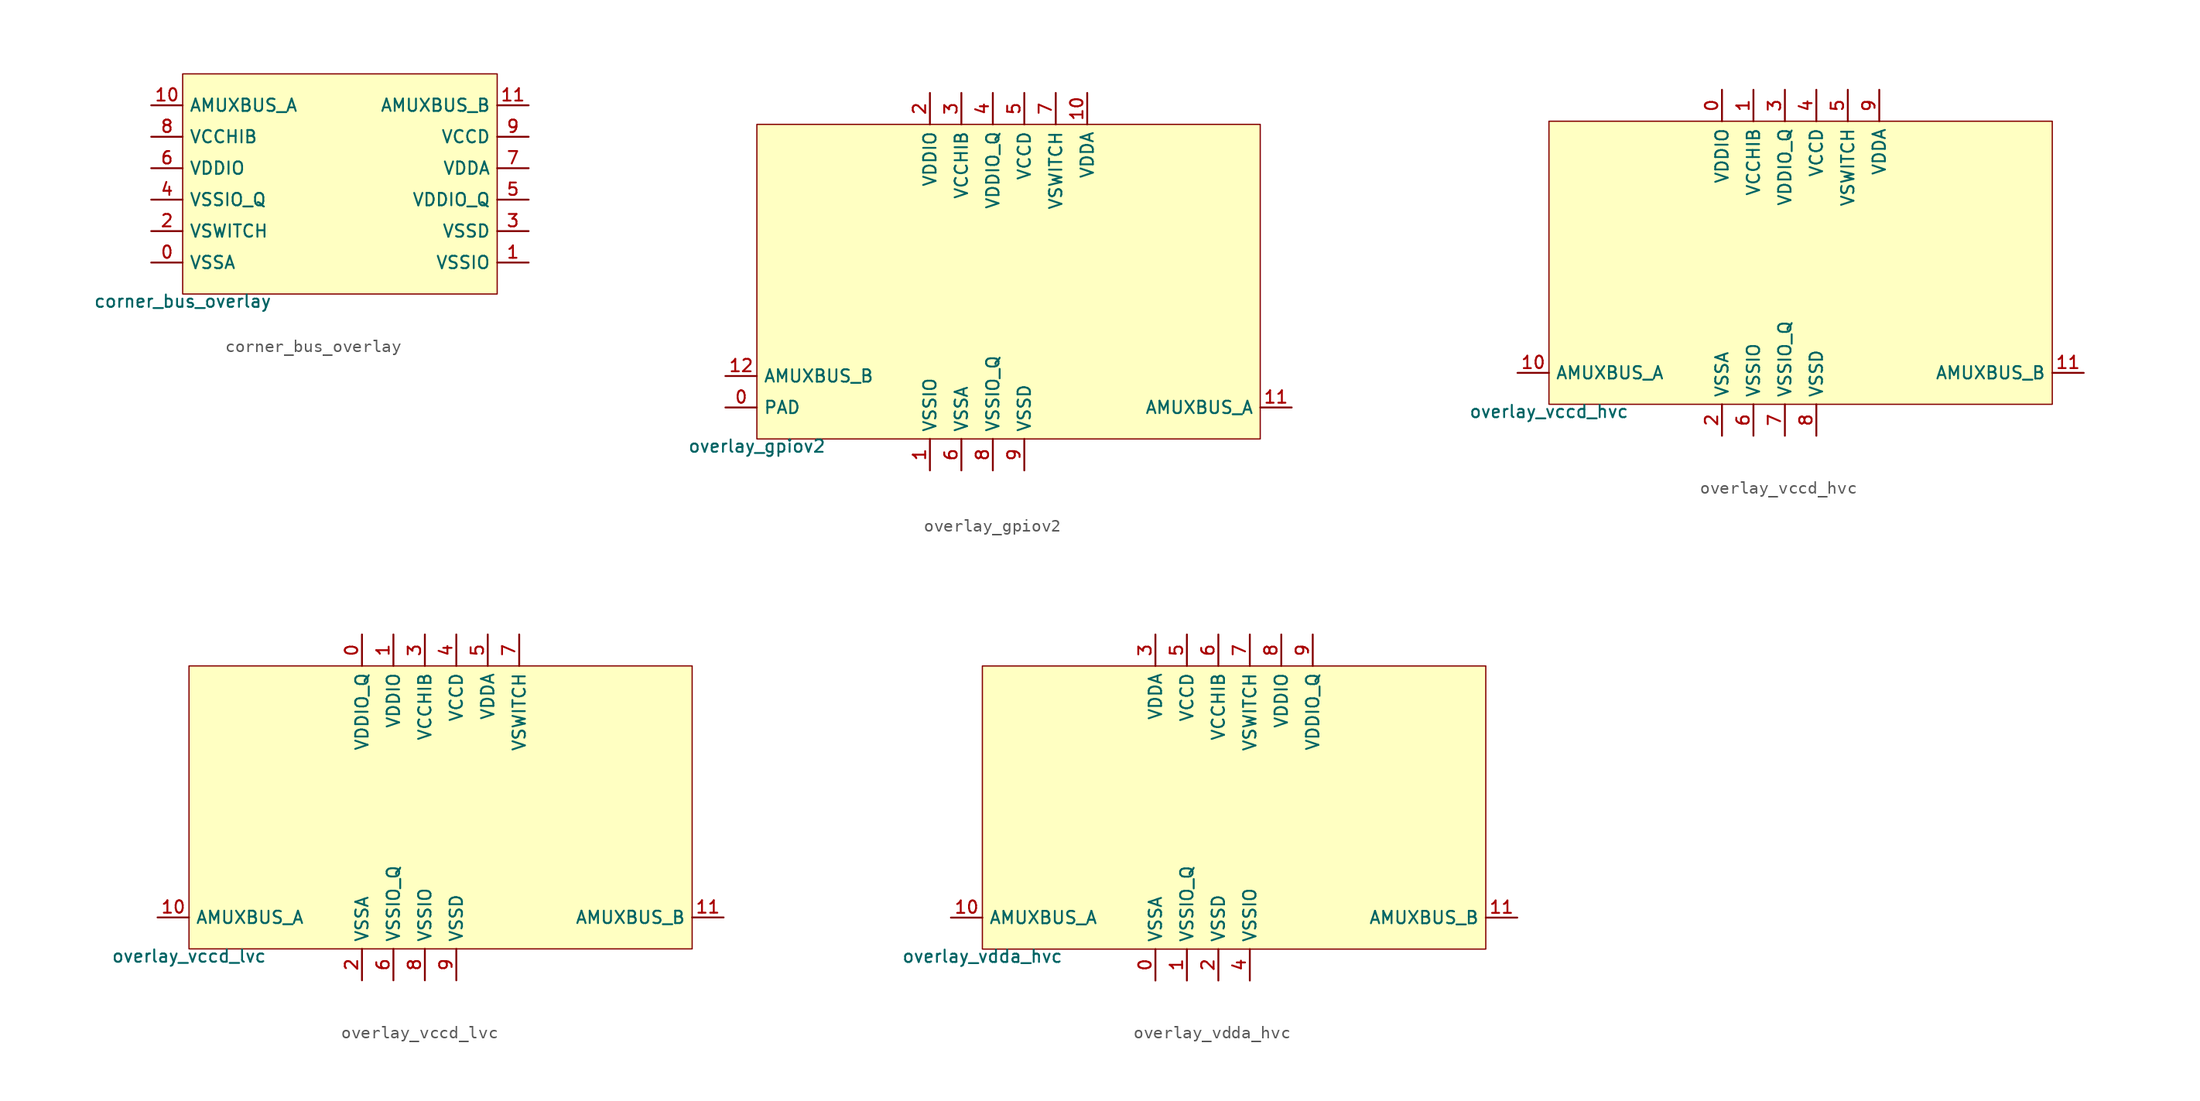
<source format=kicad_sym>
(kicad_symbol_lib
  (version 20211014)
  (generator pdk2kicad)
  (symbol "corner_bus_overlay"
    (property "Reference" "X"
      (at 0 0 0)
      (effects (font (size 1 1)) hide))
    (property "Value" "corner_bus_overlay"
      (at -12.7 -8.89 0)
      (effects (font (size 1 1)) (justify top)))
    (rectangle
      (start -12.7 -8.89)
      (end 12.7 8.89)
      (stroke (width 0.1) (type solid) (color 0 0 0 0))
      (fill (type background)))
    (pin bidirectional line
      (at -15.24 -6.35 0)
      (length 2.54)
      (name "VSSA" (effects (font (size 1 1)) hide))
      (number "0" (effects (font (size 1 1)) hide)))
    (pin bidirectional line
      (at 15.24 -6.35 180)
      (length 2.54)
      (name "VSSIO" (effects (font (size 1 1)) hide))
      (number "1" (effects (font (size 1 1)) hide)))
    (pin bidirectional line
      (at -15.24 -3.81 0)
      (length 2.54)
      (name "VSWITCH" (effects (font (size 1 1)) hide))
      (number "2" (effects (font (size 1 1)) hide)))
    (pin bidirectional line
      (at 15.24 -3.81 180)
      (length 2.54)
      (name "VSSD" (effects (font (size 1 1)) hide))
      (number "3" (effects (font (size 1 1)) hide)))
    (pin bidirectional line
      (at -15.24 -1.27 0)
      (length 2.54)
      (name "VSSIO_Q" (effects (font (size 1 1)) hide))
      (number "4" (effects (font (size 1 1)) hide)))
    (pin bidirectional line
      (at 15.24 -1.27 180)
      (length 2.54)
      (name "VDDIO_Q" (effects (font (size 1 1)) hide))
      (number "5" (effects (font (size 1 1)) hide)))
    (pin bidirectional line
      (at -15.24 1.27 0)
      (length 2.54)
      (name "VDDIO" (effects (font (size 1 1)) hide))
      (number "6" (effects (font (size 1 1)) hide)))
    (pin bidirectional line
      (at 15.24 1.27 180)
      (length 2.54)
      (name "VDDA" (effects (font (size 1 1)) hide))
      (number "7" (effects (font (size 1 1)) hide)))
    (pin bidirectional line
      (at -15.24 3.81 0)
      (length 2.54)
      (name "VCCHIB" (effects (font (size 1 1)) hide))
      (number "8" (effects (font (size 1 1)) hide)))
    (pin bidirectional line
      (at 15.24 3.81 180)
      (length 2.54)
      (name "VCCD" (effects (font (size 1 1)) hide))
      (number "9" (effects (font (size 1 1)) hide)))
    (pin bidirectional line
      (at -15.24 6.35 0)
      (length 2.54)
      (name "AMUXBUS_A" (effects (font (size 1 1)) hide))
      (number "10" (effects (font (size 1 1)) hide)))
    (pin bidirectional line
      (at 15.24 6.35 180)
      (length 2.54)
      (name "AMUXBUS_B" (effects (font (size 1 1)) hide))
      (number "11" (effects (font (size 1 1)) hide))))
  (symbol "overlay_gpiov2"
    (property "Reference" "X"
      (at 0 0 0)
      (effects (font (size 1 1)) hide))
    (property "Value" "overlay_gpiov2"
      (at -20.32 -12.7 0)
      (effects (font (size 1 1)) (justify top)))
    (rectangle
      (start -20.32 -12.7)
      (end 20.32 12.7)
      (stroke (width 0.1) (type solid) (color 0 0 0 0))
      (fill (type background)))
    (pin bidirectional line
      (at -22.86 -10.16 0)
      (length 2.54)
      (name "PAD" (effects (font (size 1 1)) hide))
      (number "0" (effects (font (size 1 1)) hide)))
    (pin power_in line
      (at -6.35 -15.24 90)
      (length 2.54)
      (name "VSSIO" (effects (font (size 1 1)) hide))
      (number "1" (effects (font (size 1 1)) hide)))
    (pin power_in line
      (at -6.35 15.24 270)
      (length 2.54)
      (name "VDDIO" (effects (font (size 1 1)) hide))
      (number "2" (effects (font (size 1 1)) hide)))
    (pin power_in line
      (at -3.81 15.24 270)
      (length 2.54)
      (name "VCCHIB" (effects (font (size 1 1)) hide))
      (number "3" (effects (font (size 1 1)) hide)))
    (pin power_in line
      (at -1.27 15.24 270)
      (length 2.54)
      (name "VDDIO_Q" (effects (font (size 1 1)) hide))
      (number "4" (effects (font (size 1 1)) hide)))
    (pin power_in line
      (at 1.27 15.24 270)
      (length 2.54)
      (name "VCCD" (effects (font (size 1 1)) hide))
      (number "5" (effects (font (size 1 1)) hide)))
    (pin power_in line
      (at -3.81 -15.24 90)
      (length 2.54)
      (name "VSSA" (effects (font (size 1 1)) hide))
      (number "6" (effects (font (size 1 1)) hide)))
    (pin power_in line
      (at 3.81 15.24 270)
      (length 2.54)
      (name "VSWITCH" (effects (font (size 1 1)) hide))
      (number "7" (effects (font (size 1 1)) hide)))
    (pin power_in line
      (at -1.27 -15.24 90)
      (length 2.54)
      (name "VSSIO_Q" (effects (font (size 1 1)) hide))
      (number "8" (effects (font (size 1 1)) hide)))
    (pin power_in line
      (at 1.27 -15.24 90)
      (length 2.54)
      (name "VSSD" (effects (font (size 1 1)) hide))
      (number "9" (effects (font (size 1 1)) hide)))
    (pin power_in line
      (at 6.35 15.24 270)
      (length 2.54)
      (name "VDDA" (effects (font (size 1 1)) hide))
      (number "10" (effects (font (size 1 1)) hide)))
    (pin bidirectional line
      (at 22.86 -10.16 180)
      (length 2.54)
      (name "AMUXBUS_A" (effects (font (size 1 1)) hide))
      (number "11" (effects (font (size 1 1)) hide)))
    (pin bidirectional line
      (at -22.86 -7.62 0)
      (length 2.54)
      (name "AMUXBUS_B" (effects (font (size 1 1)) hide))
      (number "12" (effects (font (size 1 1)) hide))))
  (symbol "overlay_vccd_hvc"
    (property "Reference" "X"
      (at 0 0 0)
      (effects (font (size 1 1)) hide))
    (property "Value" "overlay_vccd_hvc"
      (at -20.32 -11.43 0)
      (effects (font (size 1 1)) (justify top)))
    (rectangle
      (start -20.32 -11.43)
      (end 20.32 11.43)
      (stroke (width 0.1) (type solid) (color 0 0 0 0))
      (fill (type background)))
    (pin power_in line
      (at -6.35 13.97 270)
      (length 2.54)
      (name "VDDIO" (effects (font (size 1 1)) hide))
      (number "0" (effects (font (size 1 1)) hide)))
    (pin power_in line
      (at -3.81 13.97 270)
      (length 2.54)
      (name "VCCHIB" (effects (font (size 1 1)) hide))
      (number "1" (effects (font (size 1 1)) hide)))
    (pin power_in line
      (at -6.35 -13.97 90)
      (length 2.54)
      (name "VSSA" (effects (font (size 1 1)) hide))
      (number "2" (effects (font (size 1 1)) hide)))
    (pin power_in line
      (at -1.27 13.97 270)
      (length 2.54)
      (name "VDDIO_Q" (effects (font (size 1 1)) hide))
      (number "3" (effects (font (size 1 1)) hide)))
    (pin power_in line
      (at 1.27 13.97 270)
      (length 2.54)
      (name "VCCD" (effects (font (size 1 1)) hide))
      (number "4" (effects (font (size 1 1)) hide)))
    (pin power_in line
      (at 3.81 13.97 270)
      (length 2.54)
      (name "VSWITCH" (effects (font (size 1 1)) hide))
      (number "5" (effects (font (size 1 1)) hide)))
    (pin power_in line
      (at -3.81 -13.97 90)
      (length 2.54)
      (name "VSSIO" (effects (font (size 1 1)) hide))
      (number "6" (effects (font (size 1 1)) hide)))
    (pin power_in line
      (at -1.27 -13.97 90)
      (length 2.54)
      (name "VSSIO_Q" (effects (font (size 1 1)) hide))
      (number "7" (effects (font (size 1 1)) hide)))
    (pin power_in line
      (at 1.27 -13.97 90)
      (length 2.54)
      (name "VSSD" (effects (font (size 1 1)) hide))
      (number "8" (effects (font (size 1 1)) hide)))
    (pin power_in line
      (at 6.35 13.97 270)
      (length 2.54)
      (name "VDDA" (effects (font (size 1 1)) hide))
      (number "9" (effects (font (size 1 1)) hide)))
    (pin bidirectional line
      (at -22.86 -8.89 0)
      (length 2.54)
      (name "AMUXBUS_A" (effects (font (size 1 1)) hide))
      (number "10" (effects (font (size 1 1)) hide)))
    (pin bidirectional line
      (at 22.86 -8.89 180)
      (length 2.54)
      (name "AMUXBUS_B" (effects (font (size 1 1)) hide))
      (number "11" (effects (font (size 1 1)) hide))))
  (symbol "overlay_vccd_lvc"
    (property "Reference" "X"
      (at 0 0 0)
      (effects (font (size 1 1)) hide))
    (property "Value" "overlay_vccd_lvc"
      (at -20.32 -11.43 0)
      (effects (font (size 1 1)) (justify top)))
    (rectangle
      (start -20.32 -11.43)
      (end 20.32 11.43)
      (stroke (width 0.1) (type solid) (color 0 0 0 0))
      (fill (type background)))
    (pin power_in line
      (at -6.35 13.97 270)
      (length 2.54)
      (name "VDDIO_Q" (effects (font (size 1 1)) hide))
      (number "0" (effects (font (size 1 1)) hide)))
    (pin power_in line
      (at -3.81 13.97 270)
      (length 2.54)
      (name "VDDIO" (effects (font (size 1 1)) hide))
      (number "1" (effects (font (size 1 1)) hide)))
    (pin power_in line
      (at -6.35 -13.97 90)
      (length 2.54)
      (name "VSSA" (effects (font (size 1 1)) hide))
      (number "2" (effects (font (size 1 1)) hide)))
    (pin power_in line
      (at -1.27 13.97 270)
      (length 2.54)
      (name "VCCHIB" (effects (font (size 1 1)) hide))
      (number "3" (effects (font (size 1 1)) hide)))
    (pin power_in line
      (at 1.27 13.97 270)
      (length 2.54)
      (name "VCCD" (effects (font (size 1 1)) hide))
      (number "4" (effects (font (size 1 1)) hide)))
    (pin power_in line
      (at 3.81 13.97 270)
      (length 2.54)
      (name "VDDA" (effects (font (size 1 1)) hide))
      (number "5" (effects (font (size 1 1)) hide)))
    (pin power_in line
      (at -3.81 -13.97 90)
      (length 2.54)
      (name "VSSIO_Q" (effects (font (size 1 1)) hide))
      (number "6" (effects (font (size 1 1)) hide)))
    (pin power_in line
      (at 6.35 13.97 270)
      (length 2.54)
      (name "VSWITCH" (effects (font (size 1 1)) hide))
      (number "7" (effects (font (size 1 1)) hide)))
    (pin power_in line
      (at -1.27 -13.97 90)
      (length 2.54)
      (name "VSSIO" (effects (font (size 1 1)) hide))
      (number "8" (effects (font (size 1 1)) hide)))
    (pin power_in line
      (at 1.27 -13.97 90)
      (length 2.54)
      (name "VSSD" (effects (font (size 1 1)) hide))
      (number "9" (effects (font (size 1 1)) hide)))
    (pin bidirectional line
      (at -22.86 -8.89 0)
      (length 2.54)
      (name "AMUXBUS_A" (effects (font (size 1 1)) hide))
      (number "10" (effects (font (size 1 1)) hide)))
    (pin bidirectional line
      (at 22.86 -8.89 180)
      (length 2.54)
      (name "AMUXBUS_B" (effects (font (size 1 1)) hide))
      (number "11" (effects (font (size 1 1)) hide))))
  (symbol "overlay_vdda_hvc"
    (property "Reference" "X"
      (at 0 0 0)
      (effects (font (size 1 1)) hide))
    (property "Value" "overlay_vdda_hvc"
      (at -20.32 -11.43 0)
      (effects (font (size 1 1)) (justify top)))
    (rectangle
      (start -20.32 -11.43)
      (end 20.32 11.43)
      (stroke (width 0.1) (type solid) (color 0 0 0 0))
      (fill (type background)))
    (pin power_in line
      (at -6.35 -13.97 90)
      (length 2.54)
      (name "VSSA" (effects (font (size 1 1)) hide))
      (number "0" (effects (font (size 1 1)) hide)))
    (pin power_in line
      (at -3.81 -13.97 90)
      (length 2.54)
      (name "VSSIO_Q" (effects (font (size 1 1)) hide))
      (number "1" (effects (font (size 1 1)) hide)))
    (pin power_in line
      (at -1.27 -13.97 90)
      (length 2.54)
      (name "VSSD" (effects (font (size 1 1)) hide))
      (number "2" (effects (font (size 1 1)) hide)))
    (pin power_in line
      (at -6.35 13.97 270)
      (length 2.54)
      (name "VDDA" (effects (font (size 1 1)) hide))
      (number "3" (effects (font (size 1 1)) hide)))
    (pin power_in line
      (at 1.27 -13.97 90)
      (length 2.54)
      (name "VSSIO" (effects (font (size 1 1)) hide))
      (number "4" (effects (font (size 1 1)) hide)))
    (pin power_in line
      (at -3.81 13.97 270)
      (length 2.54)
      (name "VCCD" (effects (font (size 1 1)) hide))
      (number "5" (effects (font (size 1 1)) hide)))
    (pin power_in line
      (at -1.27 13.97 270)
      (length 2.54)
      (name "VCCHIB" (effects (font (size 1 1)) hide))
      (number "6" (effects (font (size 1 1)) hide)))
    (pin power_in line
      (at 1.27 13.97 270)
      (length 2.54)
      (name "VSWITCH" (effects (font (size 1 1)) hide))
      (number "7" (effects (font (size 1 1)) hide)))
    (pin power_in line
      (at 3.81 13.97 270)
      (length 2.54)
      (name "VDDIO" (effects (font (size 1 1)) hide))
      (number "8" (effects (font (size 1 1)) hide)))
    (pin power_in line
      (at 6.35 13.97 270)
      (length 2.54)
      (name "VDDIO_Q" (effects (font (size 1 1)) hide))
      (number "9" (effects (font (size 1 1)) hide)))
    (pin bidirectional line
      (at -22.86 -8.89 0)
      (length 2.54)
      (name "AMUXBUS_A" (effects (font (size 1 1)) hide))
      (number "10" (effects (font (size 1 1)) hide)))
    (pin bidirectional line
      (at 22.86 -8.89 180)
      (length 2.54)
      (name "AMUXBUS_B" (effects (font (size 1 1)) hide))
      (number "11" (effects (font (size 1 1)) hide)))))
</source>
